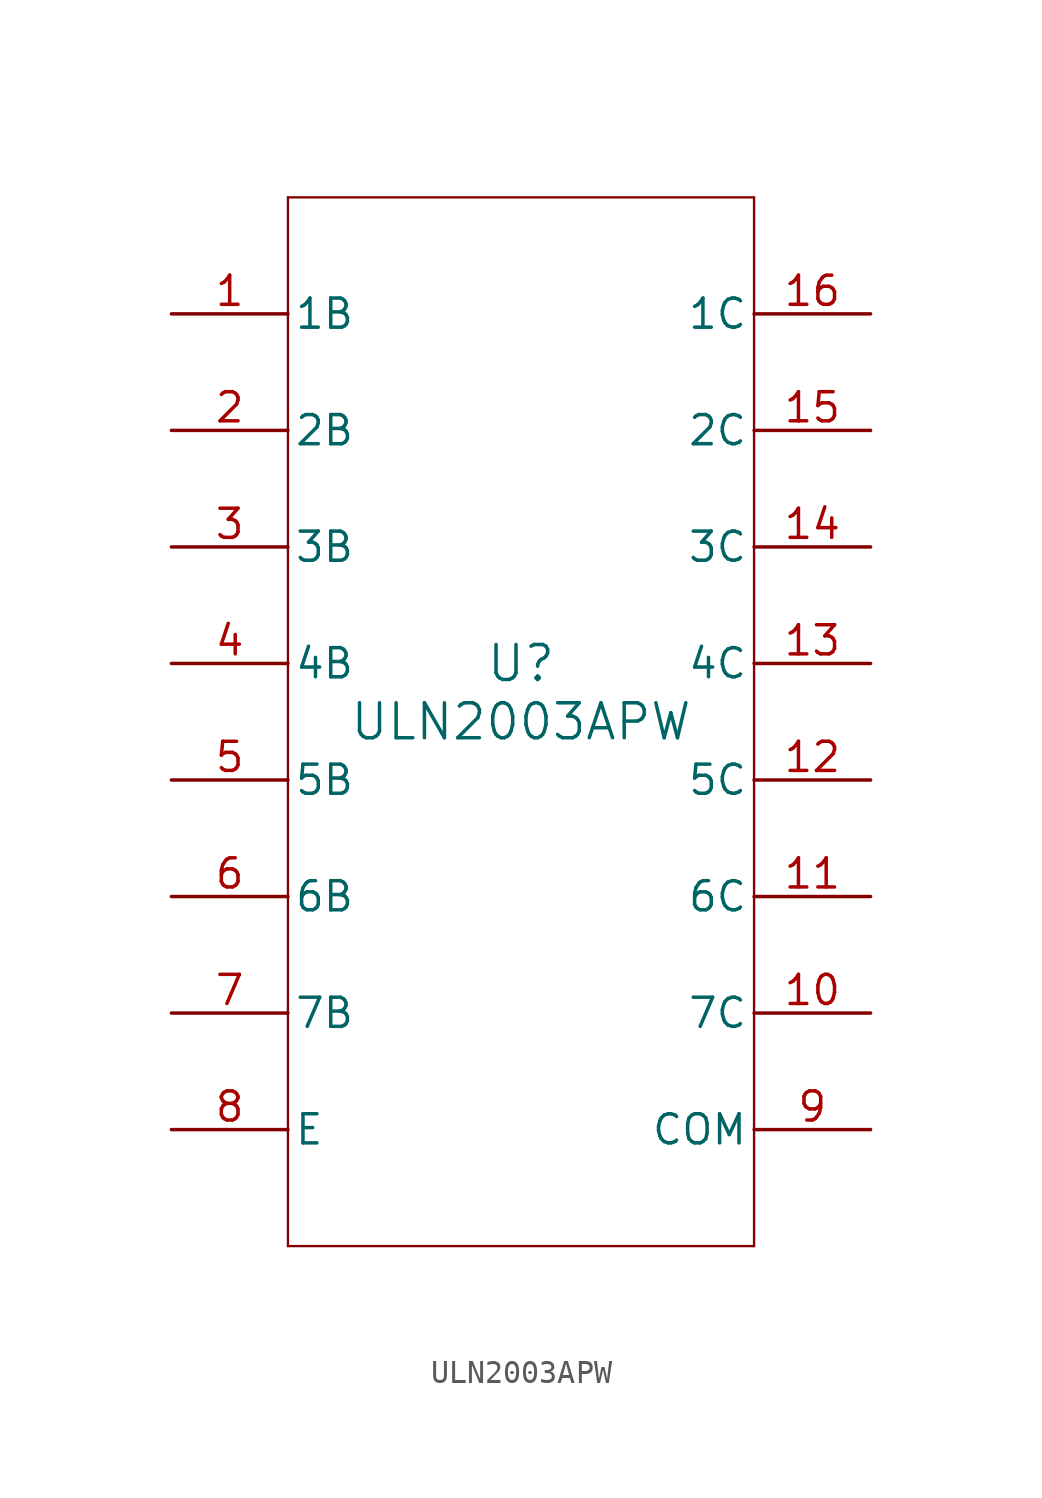
<source format=kicad_sym>
(kicad_symbol_lib
  (version 20211014)
  (generator kicad_symbol_editor)
  (symbol "ULN2003APW"
    (pin_names
      (offset 0.254))
    (property "Reference" "U"
      (at 0 2.54 0)
      (effects (font (size 1.524 1.524))))
    (property "Value" "ULN2003APW"
      (at 0 0 0)
      (effects (font (size 1.524 1.524))))
    (symbol "ULN2003APW_0_1"
      (polyline (pts (xy -10.16 -22.86) (xy 10.16 -22.86)) (stroke (width .1016) (type default) (color 0 0 0 0)) (fill (type none)))
      (polyline (pts (xy 10.16 -22.86) (xy 10.16 22.86)) (stroke (width .1016) (type default) (color 0 0 0 0)) (fill (type none)))
      (polyline (pts (xy 10.16 22.86) (xy -10.16 22.86)) (stroke (width .1016) (type default) (color 0 0 0 0)) (fill (type none)))
      (polyline (pts (xy -10.16 22.86) (xy -10.16 -22.86)) (stroke (width .1016) (type default) (color 0 0 0 0)) (fill (type none)))
      (pin input line (at -15.24 17.78 0) (length 5.08) (name "1B" (effects (font (size 1.27 1.27)))) (number "1" (effects (font (size 1.27 1.27)))))
      (pin input line (at -15.24 12.7 0) (length 5.08) (name "2B" (effects (font (size 1.27 1.27)))) (number "2" (effects (font (size 1.27 1.27)))))
      (pin input line (at -15.24 7.62 0) (length 5.08) (name "3B" (effects (font (size 1.27 1.27)))) (number "3" (effects (font (size 1.27 1.27)))))
      (pin input line (at -15.24 2.54 0) (length 5.08) (name "4B" (effects (font (size 1.27 1.27)))) (number "4" (effects (font (size 1.27 1.27)))))
      (pin input line (at -15.24 -2.54 0) (length 5.08) (name "5B" (effects (font (size 1.27 1.27)))) (number "5" (effects (font (size 1.27 1.27)))))
      (pin input line (at -15.24 -7.62 0) (length 5.08) (name "6B" (effects (font (size 1.27 1.27)))) (number "6" (effects (font (size 1.27 1.27)))))
      (pin input line (at -15.24 -12.7 0) (length 5.08) (name "7B" (effects (font (size 1.27 1.27)))) (number "7" (effects (font (size 1.27 1.27)))))
      (pin unspecified line (at -15.24 -17.78 0) (length 5.08) (name "E" (effects (font (size 1.27 1.27)))) (number "8" (effects (font (size 1.27 1.27)))))
      (pin power_in line (at 15.24 -17.78 180) (length 5.08) (name "COM" (effects (font (size 1.27 1.27)))) (number "9" (effects (font (size 1.27 1.27)))))
      (pin output line (at 15.24 -12.7 180) (length 5.08) (name "7C" (effects (font (size 1.27 1.27)))) (number "10" (effects (font (size 1.27 1.27)))))
      (pin output line (at 15.24 -7.62 180) (length 5.08) (name "6C" (effects (font (size 1.27 1.27)))) (number "11" (effects (font (size 1.27 1.27)))))
      (pin output line (at 15.24 -2.54 180) (length 5.08) (name "5C" (effects (font (size 1.27 1.27)))) (number "12" (effects (font (size 1.27 1.27)))))
      (pin output line (at 15.24 2.54 180) (length 5.08) (name "4C" (effects (font (size 1.27 1.27)))) (number "13" (effects (font (size 1.27 1.27)))))
      (pin output line (at 15.24 7.62 180) (length 5.08) (name "3C" (effects (font (size 1.27 1.27)))) (number "14" (effects (font (size 1.27 1.27)))))
      (pin output line (at 15.24 12.7 180) (length 5.08) (name "2C" (effects (font (size 1.27 1.27)))) (number "15" (effects (font (size 1.27 1.27)))))
      (pin output line (at 15.24 17.78 180) (length 5.08) (name "1C" (effects (font (size 1.27 1.27)))) (number "16" (effects (font (size 1.27 1.27))))))))
</source>
